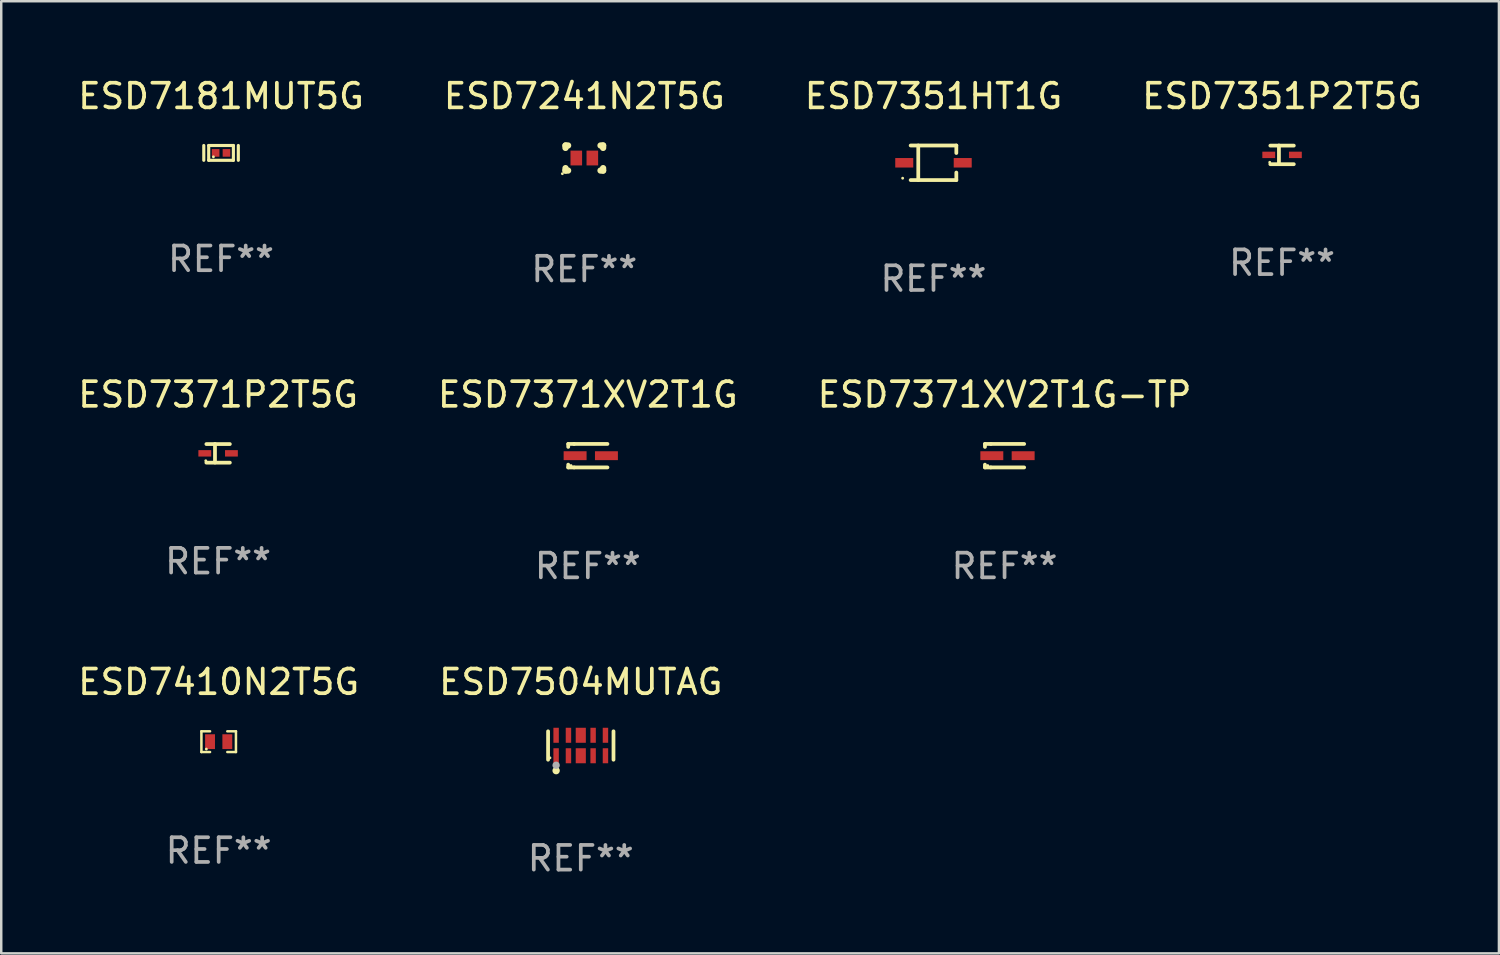
<source format=kicad_pcb>
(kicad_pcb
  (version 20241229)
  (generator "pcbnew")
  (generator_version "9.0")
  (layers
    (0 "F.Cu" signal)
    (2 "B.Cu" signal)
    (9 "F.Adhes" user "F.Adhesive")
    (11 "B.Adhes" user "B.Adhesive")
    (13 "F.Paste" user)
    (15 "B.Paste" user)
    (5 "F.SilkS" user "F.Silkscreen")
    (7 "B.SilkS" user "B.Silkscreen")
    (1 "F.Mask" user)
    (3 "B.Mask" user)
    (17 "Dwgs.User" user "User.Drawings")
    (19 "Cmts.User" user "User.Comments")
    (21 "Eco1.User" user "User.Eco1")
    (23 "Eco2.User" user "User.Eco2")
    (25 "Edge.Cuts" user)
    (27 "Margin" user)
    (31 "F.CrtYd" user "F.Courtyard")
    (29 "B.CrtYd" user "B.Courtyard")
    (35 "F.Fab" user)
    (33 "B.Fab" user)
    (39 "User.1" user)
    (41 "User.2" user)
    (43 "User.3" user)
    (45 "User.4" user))
  (footprint "ESD7371XV2T1G-TP"
    (layer "F.Cu")
    (at 37.673 15.423)
    (property "Reference" "ESD7371XV2T1G-TP" (at 0 -2.476 0) (layer "F.SilkS") (effects (font (size 1 1) (thickness 0.15))))
    (attr through_hole)
    (fp_line (start -0.795 -0.476) (end -0.795 -0.356) (stroke (width 0.152) (type solid)) (layer "F.SilkS"))
    (fp_line (start -0.795 0.363) (end -0.795 0.476) (stroke (width 0.152) (type solid)) (layer "F.SilkS"))
    (fp_line (start -0.795 0.476) (end -0.557 0.476) (stroke (width 0.152) (type solid)) (layer "F.SilkS"))
    (fp_line (start -0.557 -0.476) (end -0.795 -0.476) (stroke (width 0.152) (type solid)) (layer "F.SilkS"))
    (fp_line (start -0.557 -0.476) (end 0.795 -0.476) (stroke (width 0.152) (type solid)) (layer "F.SilkS"))
    (fp_line (start -0.557 0.476) (end 0.795 0.476) (stroke (width 0.152) (type solid)) (layer "F.SilkS"))
    (fp_circle (center -0.681 0.4) (end -0.651 0.4) (stroke (width 0.06) (type solid)) (fill no) (layer "F.SilkS"))
    (fp_text user "REF**" (at 0 4.476 0) (layer "F.Fab") (effects (font (size 1 1) (thickness 0.15))))
    (pad "1" smd rect (at -0.516 0 180) (size 0.93 0.36) (layers "F.Cu" "F.Mask" "F.Paste"))
    (pad "2" smd rect (at 0.754 0 180) (size 0.93 0.36) (layers "F.Cu" "F.Mask" "F.Paste")))
  (footprint "ESD7351P2T5G"
    (layer "F.Cu")
    (at 48.923 3.227)
    (property "Reference" "ESD7351P2T5G" (at 0 -2.379 0) (layer "F.SilkS") (effects (font (size 1 1) (thickness 0.15))))
    (attr through_hole)
    (fp_line (start -0.476 -0.374) (end 0.476 -0.374) (stroke (width 0.152) (type solid)) (layer "F.SilkS"))
    (fp_line (start -0.476 0.379) (end 0.476 0.379) (stroke (width 0.152) (type solid)) (layer "F.SilkS"))
    (fp_line (start -0.127 -0.379) (end -0.127 0.374) (stroke (width 0.152) (type solid)) (layer "F.SilkS"))
    (fp_circle (center -0.5 0.302) (end -0.47 0.302) (stroke (width 0.06) (type solid)) (fill no) (layer "F.SilkS"))
    (fp_text user "REF**" (at 0 4.379 0) (layer "F.Fab") (effects (font (size 1 1) (thickness 0.15))))
    (pad "1" smd rect (at -0.54 0.002 180) (size 0.52 0.26) (layers "F.Cu" "F.Mask" "F.Paste"))
    (pad "2" smd rect (at 0.54 0.002 180) (size 0.52 0.26) (layers "F.Cu" "F.Mask" "F.Paste")))
  (footprint "ESD7410N2T5G"
    (layer "F.Cu")
    (at 5.815 27.016)
    (property "Reference" "ESD7410N2T5G" (at 0 -2.42 0) (layer "F.SilkS") (effects (font (size 1 1) (thickness 0.15))))
    (attr through_hole)
    (fp_line (start -0.7 -0.42) (end -0.7 0.42) (stroke (width 0.102) (type solid)) (layer "F.SilkS"))
    (fp_line (start -0.7 0.42) (end -0.35 0.42) (stroke (width 0.102) (type solid)) (layer "F.SilkS"))
    (fp_line (start -0.35 -0.42) (end -0.7 -0.42) (stroke (width 0.102) (type solid)) (layer "F.SilkS"))
    (fp_line (start 0.35 0.42) (end 0.7 0.42) (stroke (width 0.102) (type solid)) (layer "F.SilkS"))
    (fp_line (start 0.7 -0.42) (end 0.35 -0.42) (stroke (width 0.102) (type solid)) (layer "F.SilkS"))
    (fp_line (start 0.7 0.42) (end 0.7 -0.42) (stroke (width 0.102) (type solid)) (layer "F.SilkS"))
    (fp_circle (center -0.5 0.3) (end -0.47 0.3) (stroke (width 0.06) (type solid)) (fill no) (layer "F.SilkS"))
    (fp_text user "REF**" (at 0 4.42 0) (layer "F.Fab") (effects (font (size 1 1) (thickness 0.15))))
    (pad "1" smd rect (at -0.35 0) (size 0.4 0.6) (layers "F.Cu" "F.Mask" "F.Paste"))
    (pad "2" smd rect (at 0.35 0) (size 0.4 0.6) (layers "F.Cu" "F.Mask" "F.Paste")))
  (footprint "ESD7371XV2T1G"
    (layer "F.Cu")
    (at 20.78 15.423)
    (property "Reference" "ESD7371XV2T1G" (at 0 -2.476 0) (layer "F.SilkS") (effects (font (size 1 1) (thickness 0.15))))
    (attr through_hole)
    (fp_line (start -0.795 -0.476) (end -0.795 -0.356) (stroke (width 0.152) (type solid)) (layer "F.SilkS"))
    (fp_line (start -0.795 0.363) (end -0.795 0.476) (stroke (width 0.152) (type solid)) (layer "F.SilkS"))
    (fp_line (start -0.795 0.476) (end -0.557 0.476) (stroke (width 0.152) (type solid)) (layer "F.SilkS"))
    (fp_line (start -0.557 -0.476) (end -0.795 -0.476) (stroke (width 0.152) (type solid)) (layer "F.SilkS"))
    (fp_line (start -0.557 -0.476) (end 0.795 -0.476) (stroke (width 0.152) (type solid)) (layer "F.SilkS"))
    (fp_line (start -0.557 0.476) (end 0.795 0.476) (stroke (width 0.152) (type solid)) (layer "F.SilkS"))
    (fp_circle (center -0.681 0.4) (end -0.651 0.4) (stroke (width 0.06) (type solid)) (fill no) (layer "F.SilkS"))
    (fp_text user "REF**" (at 0 4.476 0) (layer "F.Fab") (effects (font (size 1 1) (thickness 0.15))))
    (pad "1" smd rect (at -0.516 0 180) (size 0.93 0.36) (layers "F.Cu" "F.Mask" "F.Paste"))
    (pad "2" smd rect (at 0.754 0 180) (size 0.93 0.36) (layers "F.Cu" "F.Mask" "F.Paste")))
  (footprint "ESD7241N2T5G"
    (layer "F.Cu")
    (at 20.637 3.356)
    (property "Reference" "ESD7241N2T5G" (at 0 -2.508 0) (layer "F.SilkS") (effects (font (size 1 1) (thickness 0.15))))
    (attr through_hole)
    (fp_line (start -0.762 -0.508) (end -0.657 -0.508) (stroke (width 0.254) (type solid)) (layer "F.SilkS"))
    (fp_line (start -0.762 -0.41) (end -0.762 -0.508) (stroke (width 0.254) (type solid)) (layer "F.SilkS"))
    (fp_line (start -0.762 0.508) (end -0.762 0.41) (stroke (width 0.254) (type solid)) (layer "F.SilkS"))
    (fp_line (start -0.657 0.508) (end -0.762 0.508) (stroke (width 0.254) (type solid)) (layer "F.SilkS"))
    (fp_line (start 0.657 -0.508) (end 0.762 -0.508) (stroke (width 0.254) (type solid)) (layer "F.SilkS"))
    (fp_line (start 0.762 -0.508) (end 0.762 -0.41) (stroke (width 0.254) (type solid)) (layer "F.SilkS"))
    (fp_line (start 0.762 0.41) (end 0.762 0.508) (stroke (width 0.254) (type solid)) (layer "F.SilkS"))
    (fp_line (start 0.762 0.508) (end 0.657 0.508) (stroke (width 0.254) (type solid)) (layer "F.SilkS"))
    (fp_circle (center -0.889 0.635) (end -0.859 0.635) (stroke (width 0.06) (type solid)) (fill no) (layer "F.SilkS"))
    (fp_text user "REF**" (at 0 4.508 0) (layer "F.Fab") (effects (font (size 1 1) (thickness 0.15))))
    (pad "1" smd rect (at -0.325 0) (size 0.47 0.6) (layers "F.Cu" "F.Mask" "F.Paste"))
    (pad "2" smd rect (at 0.325 0) (size 0.47 0.6) (layers "F.Cu" "F.Mask" "F.Paste")))
  (footprint "ESD7181MUT5G"
    (layer "F.Cu")
    (at 5.911 3.148)
    (property "Reference" "ESD7181MUT5G" (at 0 -2.3 0) (layer "F.SilkS") (effects (font (size 1 1) (thickness 0.15))))
    (attr through_hole)
    (fp_line (start -0.7 -0.3) (end -0.7 0.3) (stroke (width 0.127) (type solid)) (layer "F.SilkS"))
    (fp_line (start -0.5 -0.3) (end -0.5 0.3) (stroke (width 0.127) (type solid)) (layer "F.SilkS"))
    (fp_line (start -0.5 0.3) (end 0.5 0.3) (stroke (width 0.127) (type solid)) (layer "F.SilkS"))
    (fp_line (start 0.5 -0.3) (end -0.5 -0.3) (stroke (width 0.127) (type solid)) (layer "F.SilkS"))
    (fp_line (start 0.5 0.3) (end 0.5 -0.3) (stroke (width 0.127) (type solid)) (layer "F.SilkS"))
    (fp_line (start 0.7 -0.3) (end 0.7 0.3) (stroke (width 0.127) (type solid)) (layer "F.SilkS"))
    (fp_circle (center -0.31 0.16) (end -0.28 0.16) (stroke (width 0.06) (type solid)) (fill no) (layer "F.SilkS"))
    (fp_text user "REF**" (at 0 4.3 0) (layer "F.Fab") (effects (font (size 1 1) (thickness 0.15))))
    (pad "1" smd rect (at -0.22 0) (size 0.31 0.31) (layers "F.Cu" "F.Mask" "F.Paste"))
    (pad "2" smd rect (at 0.22 0) (size 0.31 0.31) (layers "F.Cu" "F.Mask" "F.Paste")))
  (footprint "ESD7351HT1G"
    (layer "F.Cu")
    (at 34.792 3.549)
    (property "Reference" "ESD7351HT1G" (at 0 -2.701 0) (layer "F.SilkS") (effects (font (size 1 1) (thickness 0.15))))
    (attr through_hole)
    (fp_line (start -0.926 -0.701) (end 0.926 -0.701) (stroke (width 0.152) (type solid)) (layer "F.SilkS"))
    (fp_line (start -0.926 0.701) (end 0.926 0.701) (stroke (width 0.152) (type solid)) (layer "F.SilkS"))
    (fp_line (start -0.617 -0.701) (end -0.617 0.701) (stroke (width 0.152) (type solid)) (layer "F.SilkS"))
    (fp_line (start 0.926 -0.701) (end 0.926 -0.396) (stroke (width 0.152) (type solid)) (layer "F.SilkS"))
    (fp_line (start 0.926 0.701) (end 0.926 0.396) (stroke (width 0.152) (type solid)) (layer "F.SilkS"))
    (fp_circle (center -1.25 0.625) (end -1.22 0.625) (stroke (width 0.06) (type solid)) (fill no) (layer "F.SilkS"))
    (fp_text user "REF**" (at 0 4.701 0) (layer "F.Fab") (effects (font (size 1 1) (thickness 0.15))))
    (pad "1" smd rect (at -1.185 0 180) (size 0.73 0.385) (layers "F.Cu" "F.Mask" "F.Paste"))
    (pad "2" smd rect (at 1.185 0 180) (size 0.73 0.385) (layers "F.Cu" "F.Mask" "F.Paste")))
  (footprint "ESD7504MUTAG"
    (layer "F.Cu")
    (at 20.494 27.172)
    (property "Reference" "ESD7504MUTAG" (at 0 -2.576 0) (layer "F.SilkS") (effects (font (size 1 1) (thickness 0.15))))
    (attr through_hole)
    (fp_line (start -1.326 0.576) (end -1.326 -0.576) (stroke (width 0.152) (type solid)) (layer "F.SilkS"))
    (fp_line (start 1.326 0.576) (end 1.326 -0.576) (stroke (width 0.152) (type solid)) (layer "F.SilkS"))
    (fp_circle (center -1.25 0.5) (end -1.22 0.5) (stroke (width 0.06) (type solid)) (fill no) (layer "F.SilkS"))
    (fp_circle (center -1 1.019) (end -0.925 1.019) (stroke (width 0.15) (type solid)) (fill no) (layer "F.SilkS"))
    (fp_circle (center -1 0.8) (end -0.925 0.8) (stroke (width 0.15) (type solid)) (fill no) (layer "F.Fab"))
    (fp_text user "REF**" (at 0 4.576 0) (layer "F.Fab") (effects (font (size 1 1) (thickness 0.15))))
    (pad "1" smd rect (at -1 0.415) (size 0.22 0.609) (layers "F.Cu" "F.Mask" "F.Paste"))
    (pad "2" smd rect (at -0.5 0.415) (size 0.22 0.609) (layers "F.Cu" "F.Mask" "F.Paste"))
    (pad "3" smd rect (at 0 0.415) (size 0.41 0.609) (layers "F.Cu" "F.Mask" "F.Paste"))
    (pad "4" smd rect (at 0.5 0.415) (size 0.22 0.609) (layers "F.Cu" "F.Mask" "F.Paste"))
    (pad "5" smd rect (at 1 0.415) (size 0.22 0.609) (layers "F.Cu" "F.Mask" "F.Paste"))
    (pad "6" smd rect (at 1 -0.415) (size 0.22 0.609) (layers "F.Cu" "F.Mask" "F.Paste"))
    (pad "7" smd rect (at 0.5 -0.415) (size 0.22 0.609) (layers "F.Cu" "F.Mask" "F.Paste"))
    (pad "8" smd rect (at 0 -0.415) (size 0.41 0.609) (layers "F.Cu" "F.Mask" "F.Paste"))
    (pad "9" smd rect (at -0.5 -0.415) (size 0.22 0.609) (layers "F.Cu" "F.Mask" "F.Paste"))
    (pad "10" smd rect (at -1 -0.415) (size 0.22 0.609) (layers "F.Cu" "F.Mask" "F.Paste")))
  (footprint "ESD7371P2T5G"
    (layer "F.Cu")
    (at 5.792 15.326)
    (property "Reference" "ESD7371P2T5G" (at 0 -2.379 0) (layer "F.SilkS") (effects (font (size 1 1) (thickness 0.15))))
    (attr through_hole)
    (fp_line (start -0.476 -0.374) (end 0.476 -0.374) (stroke (width 0.152) (type solid)) (layer "F.SilkS"))
    (fp_line (start -0.476 0.379) (end 0.476 0.379) (stroke (width 0.152) (type solid)) (layer "F.SilkS"))
    (fp_line (start -0.127 -0.379) (end -0.127 0.374) (stroke (width 0.152) (type solid)) (layer "F.SilkS"))
    (fp_circle (center -0.5 0.302) (end -0.47 0.302) (stroke (width 0.06) (type solid)) (fill no) (layer "F.SilkS"))
    (fp_text user "REF**" (at 0 4.379 0) (layer "F.Fab") (effects (font (size 1 1) (thickness 0.15))))
    (pad "1" smd rect (at -0.54 0.002 180) (size 0.52 0.26) (layers "F.Cu" "F.Mask" "F.Paste"))
    (pad "2" smd rect (at 0.54 0.002 180) (size 0.52 0.26) (layers "F.Cu" "F.Mask" "F.Paste")))
  (gr_rect
    (start -3 -3)
    (end 57.714 35.597)
    (stroke (width 0.1) (type default))
    (fill no)
    (layer "Edge.Cuts")))
</source>
